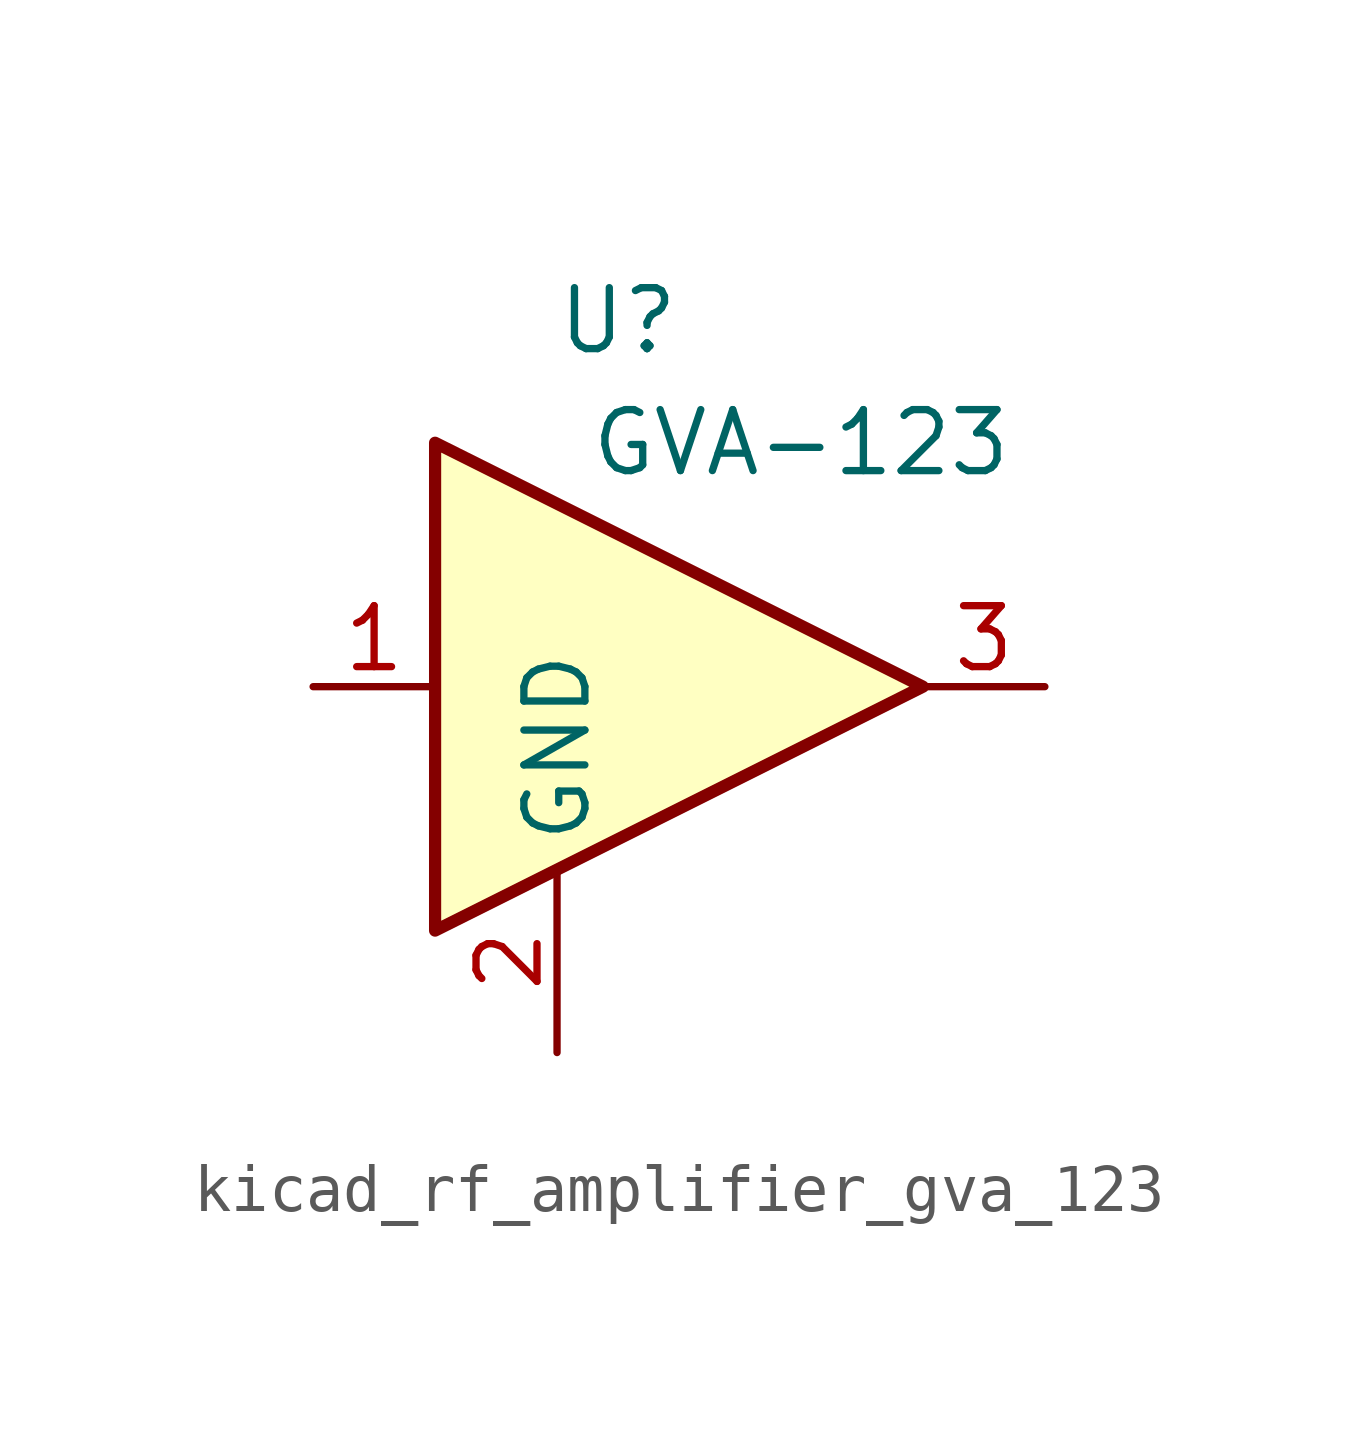
<source format=kicad_sym>
(kicad_symbol_lib
  (version 20220914)
  (generator kicad_symbol_editor)
  (symbol "kicad_rf_amplifier_gva_123"
    (property "Reference" "U"
      (at -1.27 7.62 0)
      (effects (font (size 1.27 1.27))))
    (property "Value" "GVA-123"
      (at 2.54 5.08 0)
      (effects (font (size 1.27 1.27))))
    (symbol "kicad_rf_amplifier_gva_123_0_1"
      (polyline (pts (xy 5.08 0) (xy -5.08 5.08) (xy -5.08 -5.08) (xy 5.08 0)) (stroke (width 0.254) (type default)) (fill (type background))))
    (symbol "kicad_rf_amplifier_gva_123_1_1"
      (pin input line (at -7.62 0 0) (length 2.54) (name "~" (effects (font (size 1.27 1.27)))) (number "1" (effects (font (size 1.27 1.27)))))
      (pin power_in line (at -2.54 -7.62 90) (length 3.81) (name "GND" (effects (font (size 1.27 1.27)))) (number "2" (effects (font (size 1.27 1.27)))))
      (pin output line (at 7.62 0 180) (length 2.54) (name "~" (effects (font (size 1.27 1.27)))) (number "3" (effects (font (size 1.27 1.27))))))))
</source>
